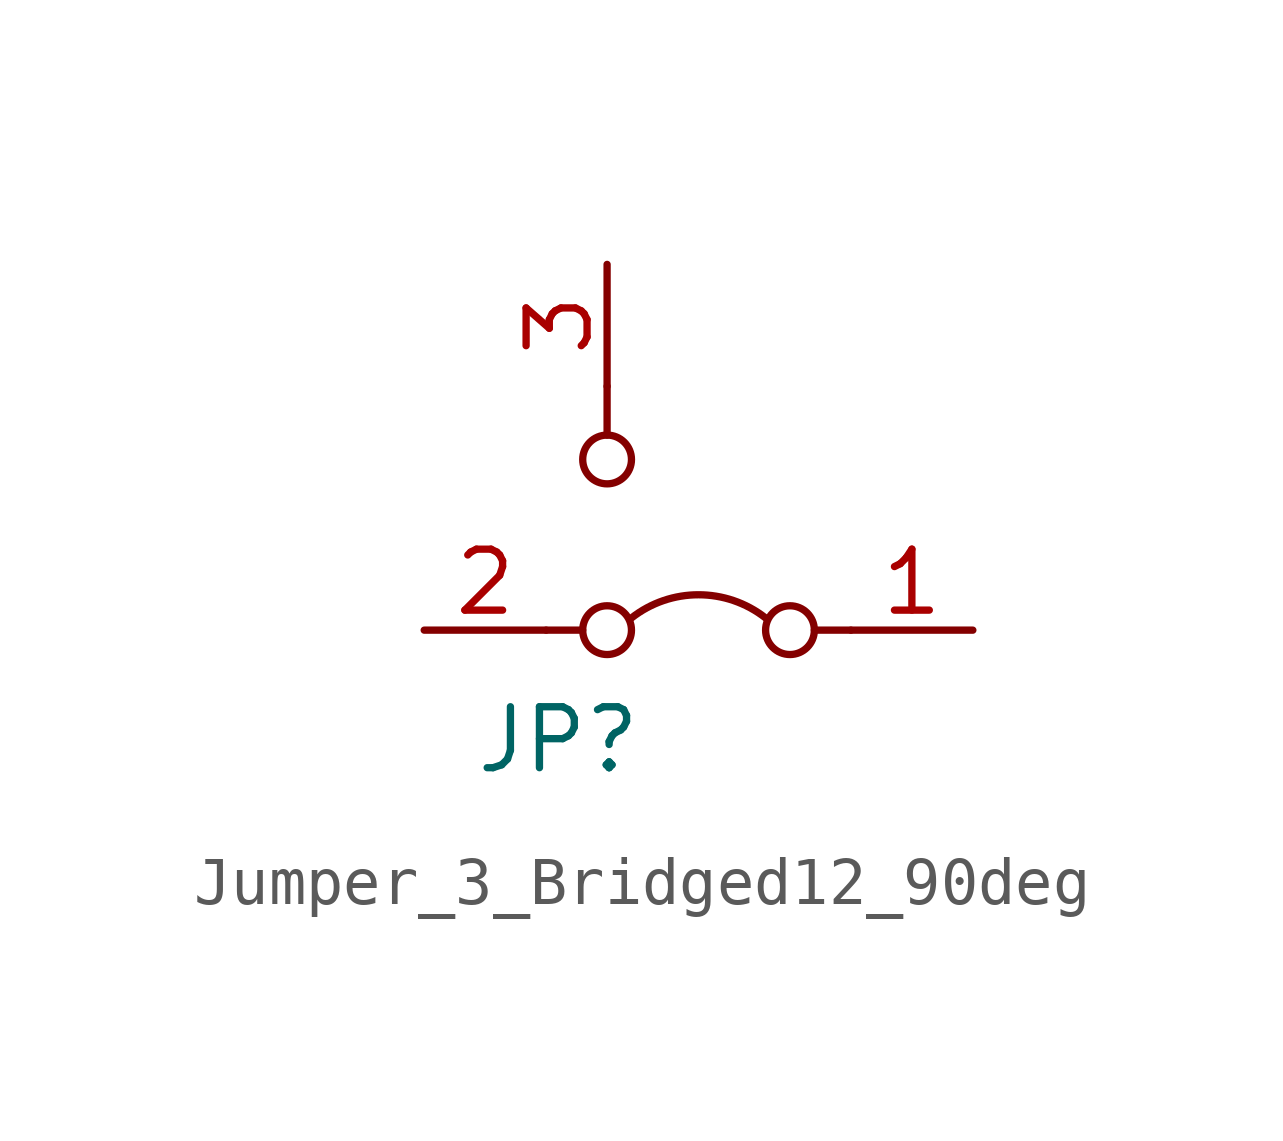
<source format=kicad_sym>
(kicad_symbol_lib
  (version 20220914)
  (generator kicad_symbol_editor)
  (symbol "Jumper_3_Bridged12_90deg"
    (property "Reference" "JP"
      (at -1.016 -2.286 0)
      (effects (font (size 1.27 1.27))))
    (property "Value" ""
      (at -6.35 0 0)
      (effects (font (size 1.27 1.27))))
    (symbol "Jumper_3_Bridged12_90deg_0_0"
      (circle (center 0 0) (radius 0.508) (stroke (width 0) (type default)) (fill (type none)))
      (circle (center 0 3.556) (radius 0.508) (stroke (width 0) (type default)) (fill (type none))))
    (symbol "Jumper_3_Bridged12_90deg_0_1"
      (polyline (pts (xy -1.27 0) (xy -0.508 0)) (stroke (width 0) (type default)) (fill (type none)))
      (polyline (pts (xy 0 4.064) (xy 0 5.08)) (stroke (width 0) (type default)) (fill (type none)))
      (polyline (pts (xy 4.318 0) (xy 5.08 0)) (stroke (width 0) (type default)) (fill (type none)))
      (arc (start 3.302 0.254) (mid 1.905 0.7372) (end 0.508 0.254) (stroke (width 0) (type default)) (fill (type none))))
    (symbol "Jumper_3_Bridged12_90deg_1_0"
      (circle (center 3.81 0) (radius 0.508) (stroke (width 0) (type default)) (fill (type none))))
    (symbol "Jumper_3_Bridged12_90deg_1_1"
      (pin passive line (at 7.62 0 180) (length 2.54) (name "A" (effects (font (size 0 0)))) (number "1" (effects (font (size 1.27 1.27)))))
      (pin passive line (at -3.81 0 0) (length 2.54) (name "C" (effects (font (size 0 0)))) (number "2" (effects (font (size 1.27 1.27)))))
      (pin passive line (at 0 7.62 270) (length 2.54) (name "B" (effects (font (size 0 0)))) (number "3" (effects (font (size 1.27 1.27))))))))
</source>
